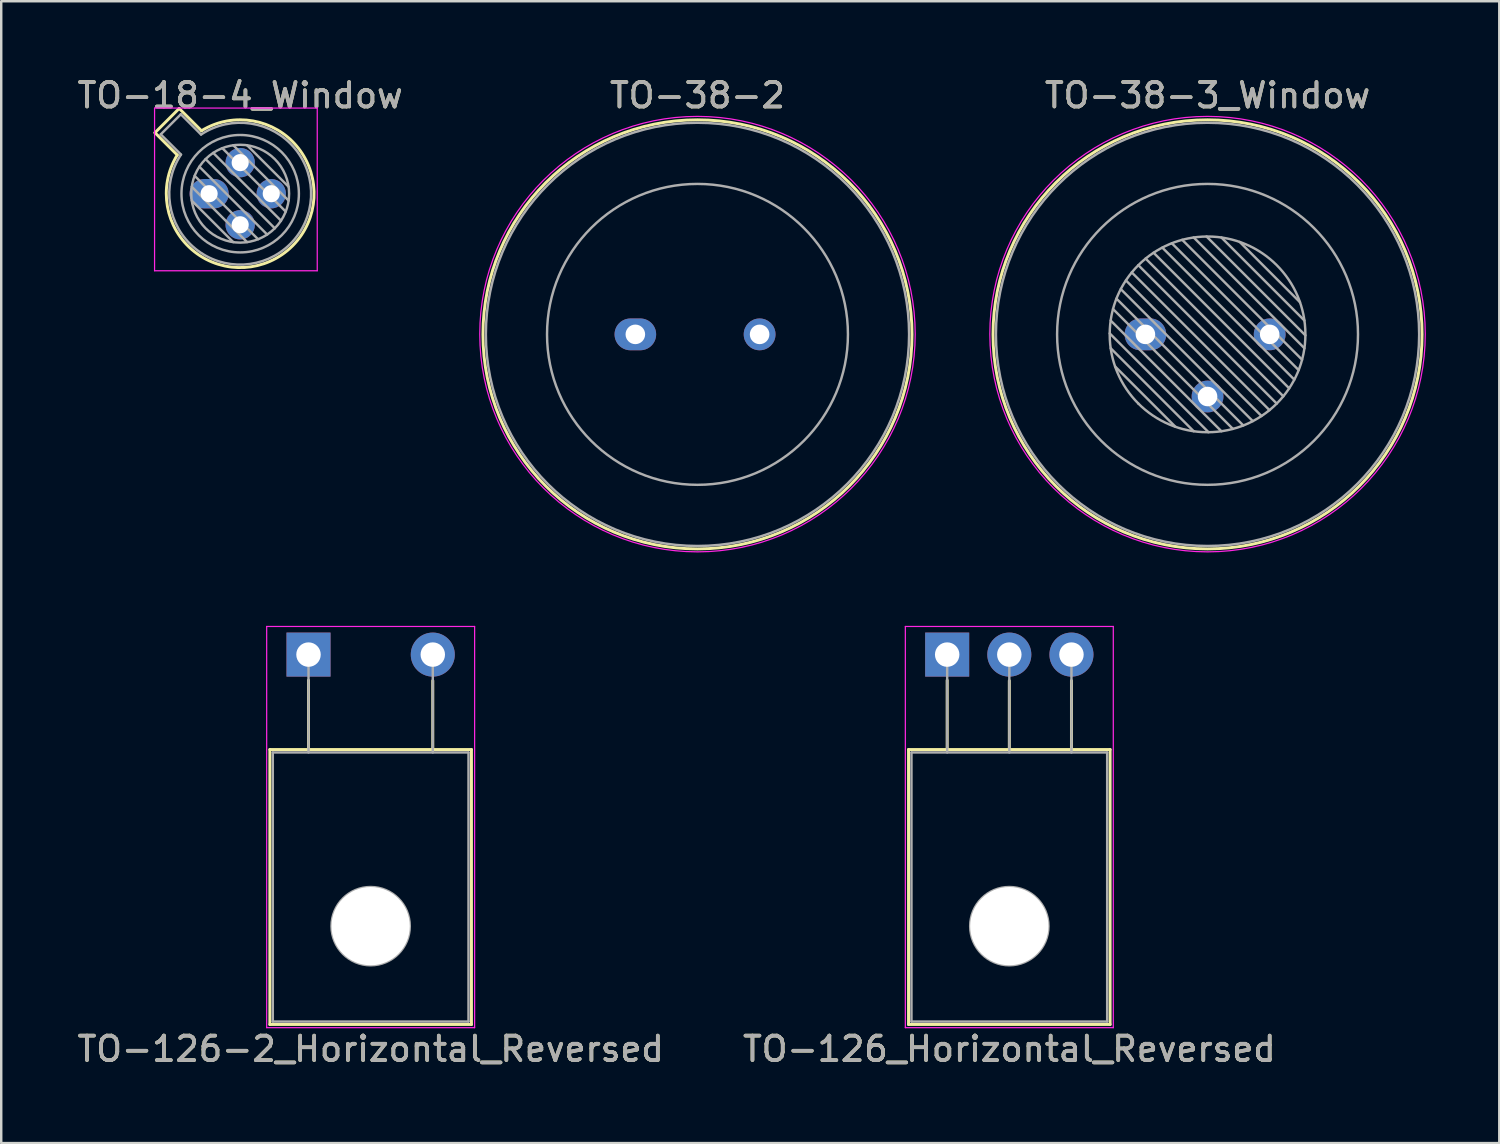
<source format=kicad_pcb>
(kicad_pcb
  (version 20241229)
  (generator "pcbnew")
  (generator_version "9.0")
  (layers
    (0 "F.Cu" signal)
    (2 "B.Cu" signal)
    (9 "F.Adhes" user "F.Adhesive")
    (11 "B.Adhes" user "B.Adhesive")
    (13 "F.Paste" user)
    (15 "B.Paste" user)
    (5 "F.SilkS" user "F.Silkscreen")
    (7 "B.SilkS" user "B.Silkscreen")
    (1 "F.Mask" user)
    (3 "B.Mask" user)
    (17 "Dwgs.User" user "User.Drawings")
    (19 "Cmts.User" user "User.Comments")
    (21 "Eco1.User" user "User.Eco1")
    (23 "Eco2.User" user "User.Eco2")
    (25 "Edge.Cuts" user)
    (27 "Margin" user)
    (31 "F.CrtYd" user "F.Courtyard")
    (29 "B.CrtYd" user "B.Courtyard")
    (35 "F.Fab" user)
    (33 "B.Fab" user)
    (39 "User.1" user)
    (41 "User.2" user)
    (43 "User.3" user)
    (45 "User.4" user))
  (footprint "TO-38-2"
    (layer "F.Cu")
    (at 22.921 10.618)
    (property "Reference" "TO-38-2" (at 2.54 -9.77 0) (layer "F.SilkS") (effects (font (size 1 1) (thickness 0.15))))
    (attr through_hole)
    (fp_circle (center 2.54 0) (end 11.31 0) (stroke (width 0.12) (type solid)) (fill no) (layer "F.SilkS"))
    (fp_circle (center 2.54 -0.01) (end 11.44 -0.01) (stroke (width 0.05) (type solid)) (fill no) (layer "F.CrtYd"))
    (fp_circle (center 2.54 0) (end 8.69 0) (stroke (width 0.1) (type solid)) (fill no) (layer "F.Fab"))
    (fp_circle (center 2.54 0) (end 11.19 0) (stroke (width 0.1) (type solid)) (fill no) (layer "F.Fab"))
    (fp_text user "${REFERENCE}" (at 2.54 -9.77 0) (layer "F.Fab") (effects (font (size 1 1) (thickness 0.15))))
    (pad "1" thru_hole oval (at 0 0) (size 1.7 1.3) (drill 0.8) (layers "*.Cu" "*.Mask"))
    (pad "2" thru_hole oval (at 5.08 0) (size 1.3 1.3) (drill 0.8) (layers "*.Cu" "*.Mask")))
  (footprint "TO-38-3_Window"
    (layer "F.Cu")
    (at 43.771 10.618)
    (property "Reference" "TO-38-3_Window" (at 2.54 -9.77 0) (layer "F.SilkS") (effects (font (size 1 1) (thickness 0.15))))
    (attr through_hole)
    (fp_circle (center 2.54 0) (end 11.31 0) (stroke (width 0.12) (type solid)) (fill no) (layer "F.SilkS"))
    (fp_circle (center 2.54 -0.01) (end 11.44 -0.01) (stroke (width 0.05) (type solid)) (fill no) (layer "F.CrtYd"))
    (fp_line (start -1.46 -0.041) (end 2.581 4) (stroke (width 0.1) (type solid)) (layer "F.Fab"))
    (fp_line (start -1.42 -0.566) (end 3.106 3.96) (stroke (width 0.1) (type solid)) (layer "F.Fab"))
    (fp_line (start -1.42 0.566) (end 1.974 3.96) (stroke (width 0.1) (type solid)) (layer "F.Fab"))
    (fp_line (start -1.324 -1.036) (end 3.576 3.864) (stroke (width 0.1) (type solid)) (layer "F.Fab"))
    (fp_line (start -1.239 1.313) (end 1.227 3.779) (stroke (width 0.1) (type solid)) (layer "F.Fab"))
    (fp_line (start -1.184 -1.461) (end 4.001 3.724) (stroke (width 0.1) (type solid)) (layer "F.Fab"))
    (fp_line (start -1.007 -1.85) (end 4.39 3.547) (stroke (width 0.1) (type solid)) (layer "F.Fab"))
    (fp_line (start -0.797 -2.206) (end 4.746 3.337) (stroke (width 0.1) (type solid)) (layer "F.Fab"))
    (fp_line (start -0.558 -2.532) (end 5.072 3.098) (stroke (width 0.1) (type solid)) (layer "F.Fab"))
    (fp_line (start -0.289 -2.829) (end 5.369 2.829) (stroke (width 0.1) (type solid)) (layer "F.Fab"))
    (fp_line (start -0.289 2.829) (end -0.289 2.829) (stroke (width 0.1) (type solid)) (layer "F.Fab"))
    (fp_line (start 0.008 -3.098) (end 5.638 2.532) (stroke (width 0.1) (type solid)) (layer "F.Fab"))
    (fp_line (start 0.334 -3.337) (end 5.877 2.206) (stroke (width 0.1) (type solid)) (layer "F.Fab"))
    (fp_line (start 0.69 -3.547) (end 6.087 1.85) (stroke (width 0.1) (type solid)) (layer "F.Fab"))
    (fp_line (start 1.079 -3.724) (end 6.264 1.461) (stroke (width 0.1) (type solid)) (layer "F.Fab"))
    (fp_line (start 1.504 -3.864) (end 6.404 1.036) (stroke (width 0.1) (type solid)) (layer "F.Fab"))
    (fp_line (start 1.974 -3.96) (end 6.5 0.566) (stroke (width 0.1) (type solid)) (layer "F.Fab"))
    (fp_line (start 2.499 -4) (end 6.54 0.041) (stroke (width 0.1) (type solid)) (layer "F.Fab"))
    (fp_line (start 3.106 -3.96) (end 6.5 -0.566) (stroke (width 0.1) (type solid)) (layer "F.Fab"))
    (fp_line (start 3.853 -3.779) (end 6.319 -1.313) (stroke (width 0.1) (type solid)) (layer "F.Fab"))
    (fp_circle (center 2.54 0) (end 6.54 0) (stroke (width 0.1) (type solid)) (fill no) (layer "F.Fab"))
    (fp_circle (center 2.54 0) (end 8.69 0) (stroke (width 0.1) (type solid)) (fill no) (layer "F.Fab"))
    (fp_circle (center 2.54 0) (end 11.19 0) (stroke (width 0.1) (type solid)) (fill no) (layer "F.Fab"))
    (fp_text user "${REFERENCE}" (at 2.54 -9.77 0) (layer "F.Fab") (effects (font (size 1 1) (thickness 0.15))))
    (pad "1" thru_hole oval (at 0 0) (size 1.7 1.3) (drill 0.8) (layers "*.Cu" "*.Mask"))
    (pad "2" thru_hole oval (at 2.54 2.54) (size 1.3 1.3) (drill 0.8) (layers "*.Cu" "*.Mask"))
    (pad "3" thru_hole oval (at 5.08 0) (size 1.3 1.3) (drill 0.8) (layers "*.Cu" "*.Mask")))
  (footprint "TO-126-2_Horizontal_Reversed"
    (layer "F.Cu")
    (at 9.561 23.708)
    (property "Reference" "TO-126-2_Horizontal_Reversed" (at 2.54 16.12 0) (layer "F.SilkS") (effects (font (size 1 1) (thickness 0.15))))
    (attr through_hole)
    (fp_line (start -1.58 3.88) (end -1.58 15.12) (stroke (width 0.12) (type solid)) (layer "F.SilkS"))
    (fp_line (start -1.58 3.88) (end 6.66 3.88) (stroke (width 0.12) (type solid)) (layer "F.SilkS"))
    (fp_line (start -1.58 15.12) (end 6.66 15.12) (stroke (width 0.12) (type solid)) (layer "F.SilkS"))
    (fp_line (start 0 1.05) (end 0 3.88) (stroke (width 0.12) (type solid)) (layer "F.SilkS"))
    (fp_line (start 5.08 1.066) (end 5.08 3.88) (stroke (width 0.12) (type solid)) (layer "F.SilkS"))
    (fp_line (start 6.66 3.88) (end 6.66 15.12) (stroke (width 0.12) (type solid)) (layer "F.SilkS"))
    (fp_line (start -1.71 -1.15) (end -1.71 15.25) (stroke (width 0.05) (type solid)) (layer "F.CrtYd"))
    (fp_line (start -1.71 15.25) (end 6.79 15.25) (stroke (width 0.05) (type solid)) (layer "F.CrtYd"))
    (fp_line (start 6.79 -1.15) (end -1.71 -1.15) (stroke (width 0.05) (type solid)) (layer "F.CrtYd"))
    (fp_line (start 6.79 15.25) (end 6.79 -1.15) (stroke (width 0.05) (type solid)) (layer "F.CrtYd"))
    (fp_line (start -1.46 4) (end -1.46 15) (stroke (width 0.1) (type solid)) (layer "F.Fab"))
    (fp_line (start -1.46 15) (end 6.54 15) (stroke (width 0.1) (type solid)) (layer "F.Fab"))
    (fp_line (start 0 4) (end 0 0) (stroke (width 0.1) (type solid)) (layer "F.Fab"))
    (fp_line (start 5.08 4) (end 5.08 0) (stroke (width 0.1) (type solid)) (layer "F.Fab"))
    (fp_line (start 6.54 4) (end -1.46 4) (stroke (width 0.1) (type solid)) (layer "F.Fab"))
    (fp_line (start 6.54 15) (end 6.54 4) (stroke (width 0.1) (type solid)) (layer "F.Fab"))
    (fp_circle (center 2.54 11.1) (end 4.14 11.1) (stroke (width 0.1) (type solid)) (fill no) (layer "F.Fab"))
    (fp_text user "${REFERENCE}" (at 2.54 16.12 0) (layer "F.Fab") (effects (font (size 1 1) (thickness 0.15))))
    (pad "" np_thru_hole oval (at 2.54 11.1) (size 3.2 3.2) (drill 3.2) (layers "*.Cu" "*.Mask"))
    (pad "1" thru_hole rect (at 0 0) (size 1.8 1.8) (drill 1) (layers "*.Cu" "*.Mask"))
    (pad "2" thru_hole oval (at 5.08 0) (size 1.8 1.8) (drill 1) (layers "*.Cu" "*.Mask")))
  (footprint "TO-18-4_Window"
    (layer "F.Cu")
    (at 5.498 4.868)
    (property "Reference" "TO-18-4_Window" (at 1.27 -4.02 0) (layer "F.SilkS") (effects (font (size 1 1) (thickness 0.15))))
    (attr through_hole)
    (fp_line (start -2.214 -2.494) (end -1.302 -1.582) (stroke (width 0.12) (type solid)) (layer "F.SilkS"))
    (fp_line (start -1.224 -3.484) (end -2.214 -2.494) (stroke (width 0.12) (type solid)) (layer "F.SilkS"))
    (fp_line (start -0.312 -2.572) (end -1.224 -3.484) (stroke (width 0.12) (type solid)) (layer "F.SilkS"))
    (fp_arc (start -0.312331 -2.572281) (mid 3.405374 2.135551) (end -1.30215 -1.582544) (stroke (width 0.12) (type solid)) (layer "F.SilkS"))
    (fp_line (start -2.23 -3.5) (end -2.23 3.15) (stroke (width 0.05) (type solid)) (layer "F.CrtYd"))
    (fp_line (start -2.23 3.15) (end 4.42 3.15) (stroke (width 0.05) (type solid)) (layer "F.CrtYd"))
    (fp_line (start 4.42 -3.5) (end -2.23 -3.5) (stroke (width 0.05) (type solid)) (layer "F.CrtYd"))
    (fp_line (start 4.42 3.15) (end 4.42 -3.5) (stroke (width 0.05) (type solid)) (layer "F.CrtYd"))
    (fp_line (start -1.977 -2.426) (end -1.149 -1.599) (stroke (width 0.1) (type solid)) (layer "F.Fab"))
    (fp_line (start -1.156 -3.247) (end -1.977 -2.426) (stroke (width 0.1) (type solid)) (layer "F.Fab"))
    (fp_line (start -0.71 -0.283) (end 1.553 1.98) (stroke (width 0.1) (type solid)) (layer "F.Fab"))
    (fp_line (start -0.71 0.283) (end 0.987 1.98) (stroke (width 0.1) (type solid)) (layer "F.Fab"))
    (fp_line (start -0.592 -0.731) (end 2.001 1.862) (stroke (width 0.1) (type solid)) (layer "F.Fab"))
    (fp_line (start -0.399 -1.103) (end 2.373 1.669) (stroke (width 0.1) (type solid)) (layer "F.Fab"))
    (fp_line (start -0.329 -2.419) (end -1.156 -3.247) (stroke (width 0.1) (type solid)) (layer "F.Fab"))
    (fp_line (start -0.145 -1.415) (end 2.685 1.415) (stroke (width 0.1) (type solid)) (layer "F.Fab"))
    (fp_line (start 0.167 -1.669) (end 2.939 1.103) (stroke (width 0.1) (type solid)) (layer "F.Fab"))
    (fp_line (start 0.539 -1.862) (end 3.132 0.731) (stroke (width 0.1) (type solid)) (layer "F.Fab"))
    (fp_line (start 0.987 -1.98) (end 3.25 0.283) (stroke (width 0.1) (type solid)) (layer "F.Fab"))
    (fp_line (start 1.553 -1.98) (end 3.25 -0.283) (stroke (width 0.1) (type solid)) (layer "F.Fab"))
    (fp_arc (start -0.329057 -2.419301) (mid 3.321076 2.050143) (end -1.150029 -1.597956) (stroke (width 0.1) (type solid)) (layer "F.Fab"))
    (fp_circle (center 1.27 0) (end 3.27 0) (stroke (width 0.1) (type solid)) (fill no) (layer "F.Fab"))
    (fp_circle (center 1.27 0) (end 3.67 0) (stroke (width 0.1) (type solid)) (fill no) (layer "F.Fab"))
    (fp_text user "${REFERENCE}" (at 1.27 -4.02 0) (layer "F.Fab") (effects (font (size 1 1) (thickness 0.15))))
    (pad "1" thru_hole oval (at 0 0) (size 1.6 1.2) (drill 0.7) (layers "*.Cu" "*.Mask"))
    (pad "2" thru_hole oval (at 1.27 1.27) (size 1.2 1.2) (drill 0.7) (layers "*.Cu" "*.Mask"))
    (pad "3" thru_hole oval (at 2.54 0) (size 1.2 1.2) (drill 0.7) (layers "*.Cu" "*.Mask"))
    (pad "4" thru_hole oval (at 1.27 -1.27) (size 1.2 1.2) (drill 0.7) (layers "*.Cu" "*.Mask")))
  (footprint "TO-126_Horizontal_Reversed"
    (layer "F.Cu")
    (at 35.668 23.708)
    (property "Reference" "TO-126_Horizontal_Reversed" (at 2.54 16.12 0) (layer "F.SilkS") (effects (font (size 1 1) (thickness 0.15))))
    (attr through_hole)
    (fp_line (start -1.58 3.88) (end -1.58 15.12) (stroke (width 0.12) (type solid)) (layer "F.SilkS"))
    (fp_line (start -1.58 3.88) (end 6.66 3.88) (stroke (width 0.12) (type solid)) (layer "F.SilkS"))
    (fp_line (start -1.58 15.12) (end 6.66 15.12) (stroke (width 0.12) (type solid)) (layer "F.SilkS"))
    (fp_line (start 0 1.05) (end 0 3.88) (stroke (width 0.12) (type solid)) (layer "F.SilkS"))
    (fp_line (start 2.54 1.066) (end 2.54 3.88) (stroke (width 0.12) (type solid)) (layer "F.SilkS"))
    (fp_line (start 5.08 1.066) (end 5.08 3.88) (stroke (width 0.12) (type solid)) (layer "F.SilkS"))
    (fp_line (start 6.66 3.88) (end 6.66 15.12) (stroke (width 0.12) (type solid)) (layer "F.SilkS"))
    (fp_line (start -1.71 -1.15) (end -1.71 15.25) (stroke (width 0.05) (type solid)) (layer "F.CrtYd"))
    (fp_line (start -1.71 15.25) (end 6.79 15.25) (stroke (width 0.05) (type solid)) (layer "F.CrtYd"))
    (fp_line (start 6.79 -1.15) (end -1.71 -1.15) (stroke (width 0.05) (type solid)) (layer "F.CrtYd"))
    (fp_line (start 6.79 15.25) (end 6.79 -1.15) (stroke (width 0.05) (type solid)) (layer "F.CrtYd"))
    (fp_line (start -1.46 4) (end -1.46 15) (stroke (width 0.1) (type solid)) (layer "F.Fab"))
    (fp_line (start -1.46 15) (end 6.54 15) (stroke (width 0.1) (type solid)) (layer "F.Fab"))
    (fp_line (start 0 4) (end 0 0) (stroke (width 0.1) (type solid)) (layer "F.Fab"))
    (fp_line (start 2.54 4) (end 2.54 0) (stroke (width 0.1) (type solid)) (layer "F.Fab"))
    (fp_line (start 5.08 4) (end 5.08 0) (stroke (width 0.1) (type solid)) (layer "F.Fab"))
    (fp_line (start 6.54 4) (end -1.46 4) (stroke (width 0.1) (type solid)) (layer "F.Fab"))
    (fp_line (start 6.54 15) (end 6.54 4) (stroke (width 0.1) (type solid)) (layer "F.Fab"))
    (fp_circle (center 2.54 11.1) (end 4.14 11.1) (stroke (width 0.1) (type solid)) (fill no) (layer "F.Fab"))
    (fp_text user "${REFERENCE}" (at 2.54 16.12 0) (layer "F.Fab") (effects (font (size 1 1) (thickness 0.15))))
    (pad "" np_thru_hole oval (at 2.54 11.1) (size 3.2 3.2) (drill 3.2) (layers "*.Cu" "*.Mask"))
    (pad "1" thru_hole rect (at 0 0) (size 1.8 1.8) (drill 1) (layers "*.Cu" "*.Mask"))
    (pad "2" thru_hole oval (at 2.54 0) (size 1.8 1.8) (drill 1) (layers "*.Cu" "*.Mask"))
    (pad "3" thru_hole oval (at 5.08 0) (size 1.8 1.8) (drill 1) (layers "*.Cu" "*.Mask")))
  (gr_rect
    (start -3 -3)
    (end 58.236 43.676)
    (stroke (width 0.1) (type default))
    (fill no)
    (layer "Edge.Cuts")))
</source>
